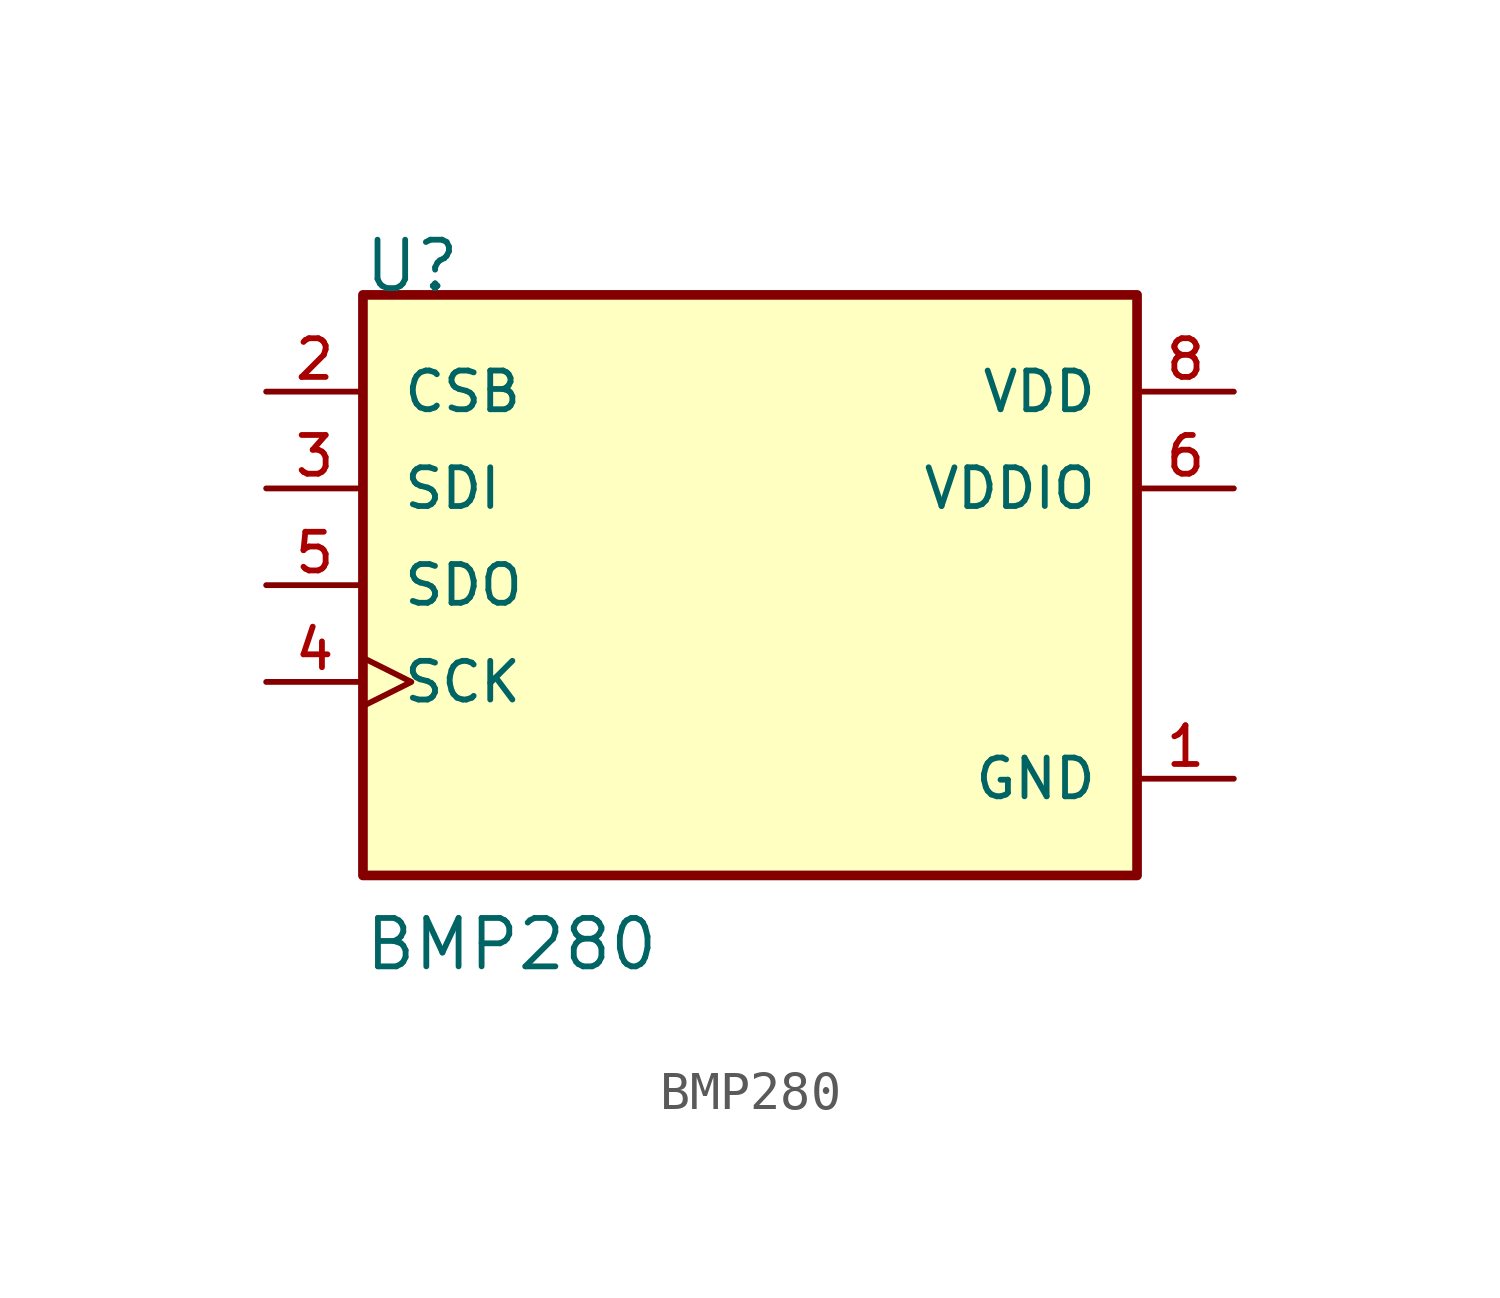
<source format=kicad_sym>
(kicad_symbol_lib
  (version 20211014)
  (generator kicad_symbol_editor)
  (symbol "BMP280"
    (pin_names
      (offset 1.016))
    (property "Reference" "U"
      (at -10.18 7.635 0)
      (effects (font (size 1.27 1.27)) (justify bottom left)))
    (property "Value" "BMP280"
      (at -10.169 -10.169 0)
      (effects (font (size 1.27 1.27)) (justify bottom left)))
    (symbol "BMP280_0_0"
      (rectangle (start -10.16 -7.62) (end 10.16 7.62) (stroke (width 0.254)) (fill (type background)))
      (pin power_in line (at 12.7 5.08 180.0) (length 2.54) (name "VDD" (effects (font (size 1.016 1.016)))) (number "8" (effects (font (size 1.016 1.016)))))
      (pin power_in line (at 12.7 -5.08 180.0) (length 2.54) (name "GND" (effects (font (size 1.016 1.016)))) (number "1" (effects (font (size 1.016 1.016)))))
      (pin power_in line (at 12.7 -5.08 180.0) (length 2.54) hide (name "GND" (effects (font (size 1.016 1.016)))) (number "7" (effects (font (size 1.016 1.016)))))
      (pin bidirectional line (at -12.7 0.0 0) (length 2.54) (name "SDO" (effects (font (size 1.016 1.016)))) (number "5" (effects (font (size 1.016 1.016)))))
      (pin bidirectional line (at -12.7 2.54 0) (length 2.54) (name "SDI" (effects (font (size 1.016 1.016)))) (number "3" (effects (font (size 1.016 1.016)))))
      (pin input clock (at -12.7 -2.54 0) (length 2.54) (name "SCK" (effects (font (size 1.016 1.016)))) (number "4" (effects (font (size 1.016 1.016)))))
      (pin input line (at -12.7 5.08 0) (length 2.54) (name "CSB" (effects (font (size 1.016 1.016)))) (number "2" (effects (font (size 1.016 1.016)))))
      (pin power_in line (at 12.7 2.54 180.0) (length 2.54) (name "VDDIO" (effects (font (size 1.016 1.016)))) (number "6" (effects (font (size 1.016 1.016))))))))
</source>
